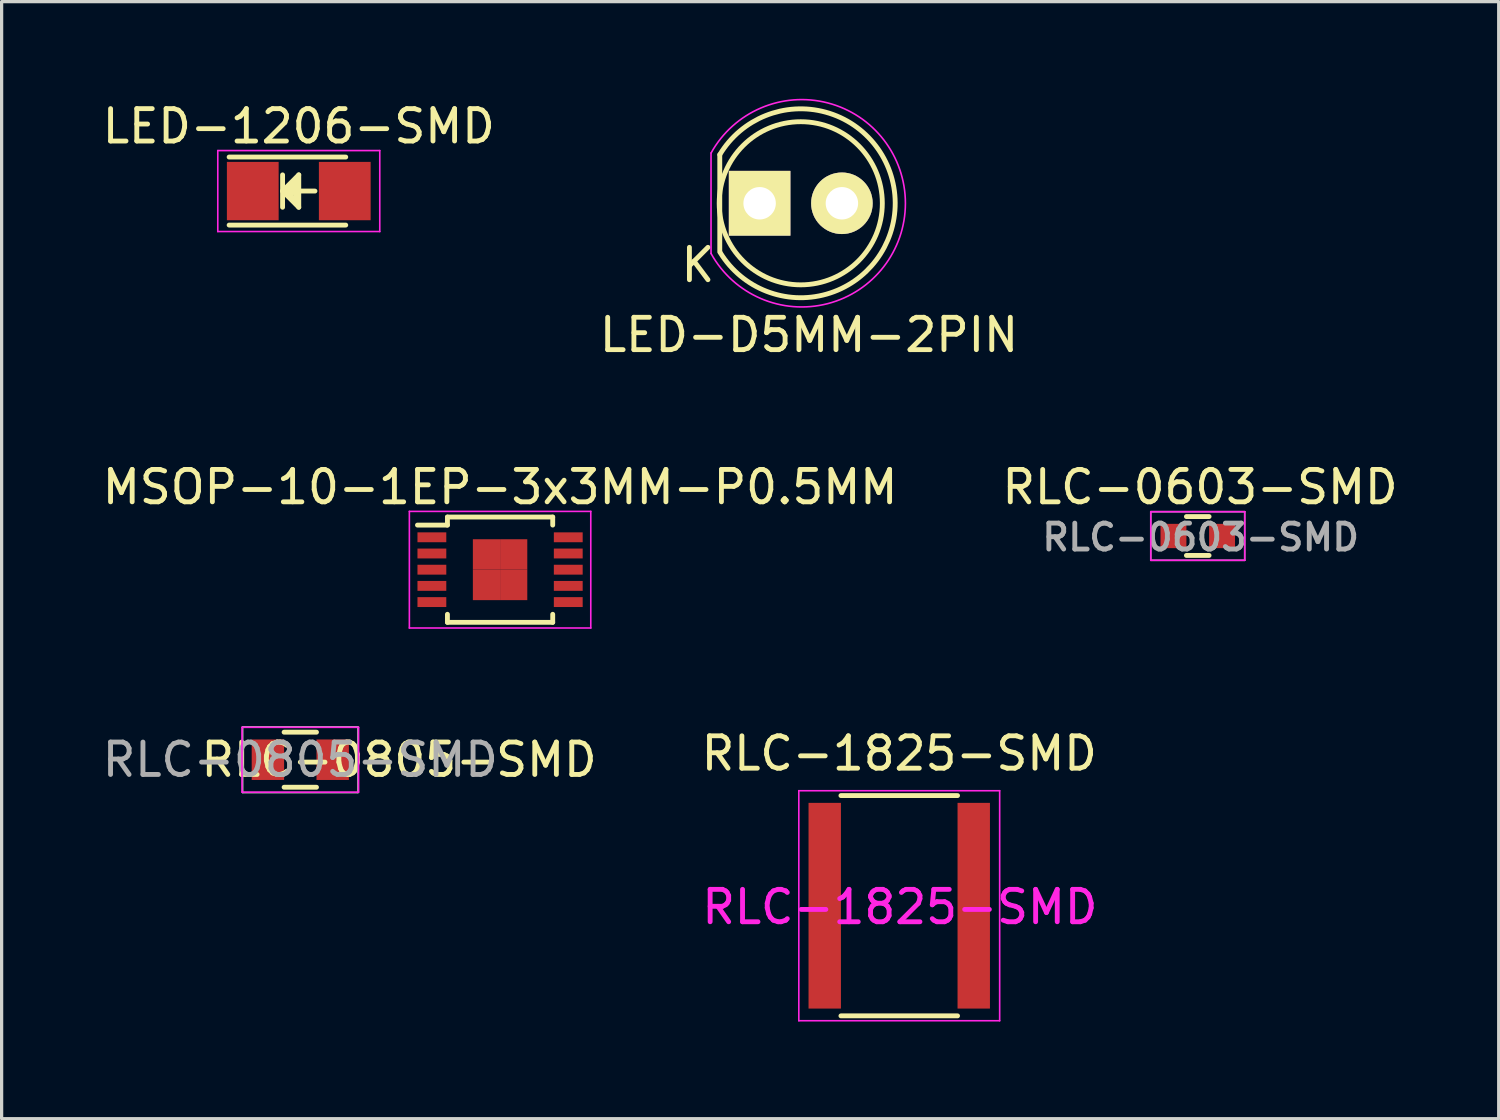
<source format=kicad_pcb>
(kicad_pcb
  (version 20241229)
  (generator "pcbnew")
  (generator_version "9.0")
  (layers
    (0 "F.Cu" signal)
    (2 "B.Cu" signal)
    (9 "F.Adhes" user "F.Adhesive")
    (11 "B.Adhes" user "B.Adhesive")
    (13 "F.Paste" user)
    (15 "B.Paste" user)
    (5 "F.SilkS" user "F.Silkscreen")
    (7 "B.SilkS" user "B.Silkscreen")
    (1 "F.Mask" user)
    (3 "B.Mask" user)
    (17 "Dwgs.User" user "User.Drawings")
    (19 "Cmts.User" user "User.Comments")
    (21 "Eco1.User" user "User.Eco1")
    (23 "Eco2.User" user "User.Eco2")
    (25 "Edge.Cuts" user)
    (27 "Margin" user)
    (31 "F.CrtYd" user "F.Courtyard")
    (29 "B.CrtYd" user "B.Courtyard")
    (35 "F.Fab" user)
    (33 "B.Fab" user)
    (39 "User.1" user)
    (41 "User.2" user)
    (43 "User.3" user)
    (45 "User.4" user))
  (footprint "MSOP-10-1EP-3x3MM-P0.5MM"
    (layer "F.Cu")
    (at 12.387 14.536)
    (property "Reference" "MSOP-10-1EP-3x3MM-P0.5MM" (at 0 -2.55 0) (layer "F.SilkS") (effects (font (size 1 1) (thickness 0.15))))
    (attr smd)
    (fp_line (start -1.625 -1.625) (end -1.625 -1.377) (stroke (width 0.15) (type solid)) (layer "F.SilkS"))
    (fp_line (start -1.625 -1.625) (end 1.625 -1.625) (stroke (width 0.15) (type solid)) (layer "F.SilkS"))
    (fp_line (start -1.625 -1.377) (end -2.55 -1.377) (stroke (width 0.15) (type solid)) (layer "F.SilkS"))
    (fp_line (start -1.625 1.625) (end -1.625 1.377) (stroke (width 0.15) (type solid)) (layer "F.SilkS"))
    (fp_line (start -1.625 1.625) (end 1.625 1.625) (stroke (width 0.15) (type solid)) (layer "F.SilkS"))
    (fp_line (start 1.625 -1.625) (end 1.625 -1.377) (stroke (width 0.15) (type solid)) (layer "F.SilkS"))
    (fp_line (start 1.625 1.625) (end 1.625 1.377) (stroke (width 0.15) (type solid)) (layer "F.SilkS"))
    (fp_line (start -2.8 -1.8) (end -2.8 1.8) (stroke (width 0.05) (type solid)) (layer "F.CrtYd"))
    (fp_line (start -2.8 -1.8) (end 2.8 -1.8) (stroke (width 0.05) (type solid)) (layer "F.CrtYd"))
    (fp_line (start -2.8 1.8) (end 2.8 1.8) (stroke (width 0.05) (type solid)) (layer "F.CrtYd"))
    (fp_line (start 2.8 -1.8) (end 2.8 1.8) (stroke (width 0.05) (type solid)) (layer "F.CrtYd"))
    (pad "1" smd rect (at -2.105 -1) (size 0.89 0.305) (layers "F.Cu" "F.Mask" "F.Paste"))
    (pad "2" smd rect (at -2.105 -0.5) (size 0.89 0.305) (layers "F.Cu" "F.Mask" "F.Paste"))
    (pad "3" smd rect (at -2.105 0) (size 0.89 0.305) (layers "F.Cu" "F.Mask" "F.Paste"))
    (pad "4" smd rect (at -2.105 0.5) (size 0.89 0.305) (layers "F.Cu" "F.Mask" "F.Paste"))
    (pad "5" smd rect (at -2.105 1) (size 0.89 0.305) (layers "F.Cu" "F.Mask" "F.Paste"))
    (pad "6" smd rect (at 2.105 1) (size 0.89 0.305) (layers "F.Cu" "F.Mask" "F.Paste"))
    (pad "7" smd rect (at 2.105 0.5) (size 0.89 0.305) (layers "F.Cu" "F.Mask" "F.Paste"))
    (pad "8" smd rect (at 2.105 0) (size 0.89 0.305) (layers "F.Cu" "F.Mask" "F.Paste"))
    (pad "9" smd rect (at 2.105 -0.5) (size 0.89 0.305) (layers "F.Cu" "F.Mask" "F.Paste"))
    (pad "10" smd rect (at 2.105 -1) (size 0.89 0.305) (layers "F.Cu" "F.Mask" "F.Paste"))
    (pad "11" smd rect (at -0.42 -0.47) (size 0.84 0.94) (layers "F.Cu" "F.Mask" "F.Paste"))
    (pad "11" smd rect (at -0.42 0.47) (size 0.84 0.94) (layers "F.Cu" "F.Mask" "F.Paste"))
    (pad "11" smd rect (at 0.42 -0.47) (size 0.84 0.94) (layers "F.Cu" "F.Mask" "F.Paste"))
    (pad "11" smd rect (at 0.42 0.47) (size 0.84 0.94) (layers "F.Cu" "F.Mask" "F.Paste")))
  (footprint "RLC-0603-SMD"
    (layer "F.Cu")
    (at 33.924 13.496)
    (property "Reference" "RLC-0603-SMD" (at 0.09 0.04 0) (layer "F.Fab") (effects (font (size 0.8 0.8) (thickness 0.15))))
    (attr smd)
    (fp_line (start -0.35 -0.6) (end 0.35 -0.6) (stroke (width 0.15) (type solid)) (layer "F.SilkS"))
    (fp_line (start 0.35 0.6) (end -0.35 0.6) (stroke (width 0.15) (type solid)) (layer "F.SilkS"))
    (fp_line (start -1.45 -0.75) (end -1.45 0.75) (stroke (width 0.05) (type solid)) (layer "F.CrtYd"))
    (fp_line (start -1.45 -0.75) (end 1.45 -0.75) (stroke (width 0.05) (type solid)) (layer "F.CrtYd"))
    (fp_line (start -1.45 0.75) (end 1.45 0.75) (stroke (width 0.05) (type solid)) (layer "F.CrtYd"))
    (fp_line (start 1.45 -0.75) (end 1.45 0.75) (stroke (width 0.05) (type solid)) (layer "F.CrtYd"))
    (fp_line (start -1.45 -0.75) (end -1.45 0.75) (stroke (width 0.05) (type solid)) (layer "F.Fab"))
    (fp_line (start -1.45 -0.75) (end 1.45 -0.75) (stroke (width 0.05) (type solid)) (layer "F.Fab"))
    (fp_line (start -1.45 0.75) (end 1.45 0.75) (stroke (width 0.05) (type solid)) (layer "F.Fab"))
    (fp_line (start 1.45 -0.75) (end 1.45 0.75) (stroke (width 0.05) (type solid)) (layer "F.Fab"))
    (fp_text user "${REFERENCE}" (at 0.07 -1.51 0) (layer "F.SilkS") (effects (font (size 1 1) (thickness 0.15))))
    (pad "1" smd rect (at -0.75 0) (size 0.8 0.75) (layers "F.Cu" "F.Mask" "F.Paste"))
    (pad "2" smd rect (at 0.75 0) (size 0.8 0.75) (layers "F.Cu" "F.Mask" "F.Paste")))
  (footprint "RLC-1825-SMD"
    (layer "F.Cu")
    (at 24.709 24.909)
    (property "Reference" "RLC-1825-SMD" (at 0 -4.7 0) (layer "F.SilkS") (effects (font (size 1 1) (thickness 0.15))))
    (attr smd)
    (fp_line (start -1.8 3.4) (end 1.8 3.4) (stroke (width 0.15) (type solid)) (layer "F.SilkS"))
    (fp_line (start 1.8 -3.4) (end -1.8 -3.4) (stroke (width 0.15) (type solid)) (layer "F.SilkS"))
    (fp_line (start -3.1 -3.55) (end -3.1 3.55) (stroke (width 0.05) (type solid)) (layer "F.CrtYd"))
    (fp_line (start -3.1 -3.55) (end 3.1 -3.55) (stroke (width 0.05) (type solid)) (layer "F.CrtYd"))
    (fp_line (start -3.1 3.55) (end 3.1 3.55) (stroke (width 0.05) (type solid)) (layer "F.CrtYd"))
    (fp_line (start 3.1 -3.55) (end 3.1 3.55) (stroke (width 0.05) (type solid)) (layer "F.CrtYd"))
    (fp_text user "${REFERENCE}" (at 0.02 0.04 0) (layer "F.CrtYd") (effects (font (size 1 1) (thickness 0.15))))
    (pad "1" smd rect (at -2.3 0) (size 1 6.35) (layers "F.Cu" "F.Mask" "F.Paste"))
    (pad "2" smd rect (at 2.3 0) (size 1 6.35) (layers "F.Cu" "F.Mask" "F.Paste")))
  (footprint "LED-D5MM-2PIN"
    (layer "F.Cu")
    (at 20.399 3.225)
    (property "Reference" "LED-D5MM-2PIN" (at 1.524 4.064 0) (layer "F.SilkS") (effects (font (size 1 1) (thickness 0.15))))
    (attr through_hole)
    (fp_line (start -1.23 1.5) (end -1.23 -1.5) (stroke (width 0.15) (type solid)) (layer "F.SilkS"))
    (fp_arc (start -1.23 -1.5) (mid 4.18544 -0.014565) (end -1.214888 1.524904) (stroke (width 0.15) (type solid)) (layer "F.SilkS"))
    (fp_circle (center 1.27 0) (end 0.97 -2.5) (stroke (width 0.15) (type solid)) (fill no) (layer "F.SilkS"))
    (fp_line (start -1.5 -1.55) (end -1.5 1.55) (stroke (width 0.05) (type solid)) (layer "F.CrtYd"))
    (fp_arc (start -1.498248 -1.55316) (mid 4.50039 0.001807) (end -1.5 1.55) (stroke (width 0.05) (type solid)) (layer "F.CrtYd"))
    (fp_text user "K" (at -1.905 1.905 0) (layer "F.SilkS") (effects (font (size 1 1) (thickness 0.15))))
    (pad "1" thru_hole rect (at 0 0 90) (size 2 1.9) (drill 1.001) (layers "*.Cu" "*.Mask" "F.SilkS"))
    (pad "2" thru_hole circle (at 2.54 0) (size 1.9 1.9) (drill 1.001) (layers "*.Cu" "*.Mask" "F.SilkS")))
  (footprint "LED-1206-SMD"
    (layer "F.Cu")
    (at 6.173 2.848)
    (property "Reference" "LED-1206-SMD" (at 0 -2 0) (layer "F.SilkS") (effects (font (size 1 1) (thickness 0.15))))
    (attr smd)
    (fp_line (start -2.15 -1.05) (end 1.45 -1.05) (stroke (width 0.15) (type solid)) (layer "F.SilkS"))
    (fp_line (start -2.15 1.05) (end 1.45 1.05) (stroke (width 0.15) (type solid)) (layer "F.SilkS"))
    (fp_line (start -0.5 -0.5) (end -0.5 0.5) (stroke (width 0.15) (type solid)) (layer "F.SilkS"))
    (fp_line (start -0.5 0) (end 0 -0.5) (stroke (width 0.15) (type solid)) (layer "F.SilkS"))
    (fp_line (start -0.4 0) (end -0.2 -0.2) (stroke (width 0.15) (type solid)) (layer "F.SilkS"))
    (fp_line (start -0.2 -0.2) (end -0.2 0.05) (stroke (width 0.15) (type solid)) (layer "F.SilkS"))
    (fp_line (start -0.2 0.05) (end -0.25 0) (stroke (width 0.15) (type solid)) (layer "F.SilkS"))
    (fp_line (start -0.1 -0.3) (end -0.1 0.3) (stroke (width 0.15) (type solid)) (layer "F.SilkS"))
    (fp_line (start -0.1 0.3) (end -0.4 0) (stroke (width 0.15) (type solid)) (layer "F.SilkS"))
    (fp_line (start 0 -0.5) (end 0 0.5) (stroke (width 0.15) (type solid)) (layer "F.SilkS"))
    (fp_line (start 0 0) (end 0.5 0) (stroke (width 0.15) (type solid)) (layer "F.SilkS"))
    (fp_line (start 0 0.5) (end -0.5 0) (stroke (width 0.15) (type solid)) (layer "F.SilkS"))
    (fp_line (start -2.5 -1.25) (end -2.5 1.25) (stroke (width 0.05) (type solid)) (layer "F.CrtYd"))
    (fp_line (start -2.5 1.25) (end 2.5 1.25) (stroke (width 0.05) (type solid)) (layer "F.CrtYd"))
    (fp_line (start 2.5 -1.25) (end -2.5 -1.25) (stroke (width 0.05) (type solid)) (layer "F.CrtYd"))
    (fp_line (start 2.5 1.25) (end 2.5 -1.25) (stroke (width 0.05) (type solid)) (layer "F.CrtYd"))
    (pad "1" smd rect (at -1.42 0 180) (size 1.598 1.801) (layers "F.Cu" "F.Mask" "F.Paste"))
    (pad "2" smd rect (at 1.42 0 180) (size 1.598 1.801) (layers "F.Cu" "F.Mask" "F.Paste")))
  (footprint "RLC-0805-SMD"
    (layer "F.Cu")
    (at 6.22 20.402)
    (property "Reference" "RLC-0805-SMD" (at 0 0 180) (layer "F.Fab") (effects (font (size 1 1) (thickness 0.15))))
    (attr smd)
    (fp_line (start -0.5 0.85) (end 0.5 0.85) (stroke (width 0.15) (type solid)) (layer "F.SilkS"))
    (fp_line (start 0.5 -0.85) (end -0.5 -0.85) (stroke (width 0.15) (type solid)) (layer "F.SilkS"))
    (fp_line (start -1.8 -1) (end -1.8 1) (stroke (width 0.05) (type solid)) (layer "F.CrtYd"))
    (fp_line (start -1.8 -1) (end 1.8 -1) (stroke (width 0.05) (type solid)) (layer "F.CrtYd"))
    (fp_line (start -1.8 1) (end 1.8 1) (stroke (width 0.05) (type solid)) (layer "F.CrtYd"))
    (fp_line (start 1.8 -1) (end 1.8 1) (stroke (width 0.05) (type solid)) (layer "F.CrtYd"))
    (fp_line (start -1.778 -1.016) (end -1.778 1.016) (stroke (width 0.05) (type solid)) (layer "F.Fab"))
    (fp_line (start -1.778 1.016) (end 1.778 1.016) (stroke (width 0.05) (type solid)) (layer "F.Fab"))
    (fp_line (start 1.778 -1.016) (end -1.778 -1.016) (stroke (width 0.05) (type solid)) (layer "F.Fab"))
    (fp_line (start 1.778 1.016) (end 1.778 -1.016) (stroke (width 0.05) (type solid)) (layer "F.Fab"))
    (fp_text user "${REFERENCE}" (at 3.048 0 0) (layer "F.SilkS") (effects (font (size 1 1) (thickness 0.15))))
    (pad "1" smd rect (at -1 0) (size 1 1.25) (layers "F.Cu" "F.Mask" "F.Paste"))
    (pad "2" smd rect (at 1 0) (size 1 1.25) (layers "F.Cu" "F.Mask" "F.Paste")))
  (gr_rect
    (start -3 -3)
    (end 43.214 31.484)
    (stroke (width 0.1) (type default))
    (fill no)
    (layer "Edge.Cuts")))
</source>
